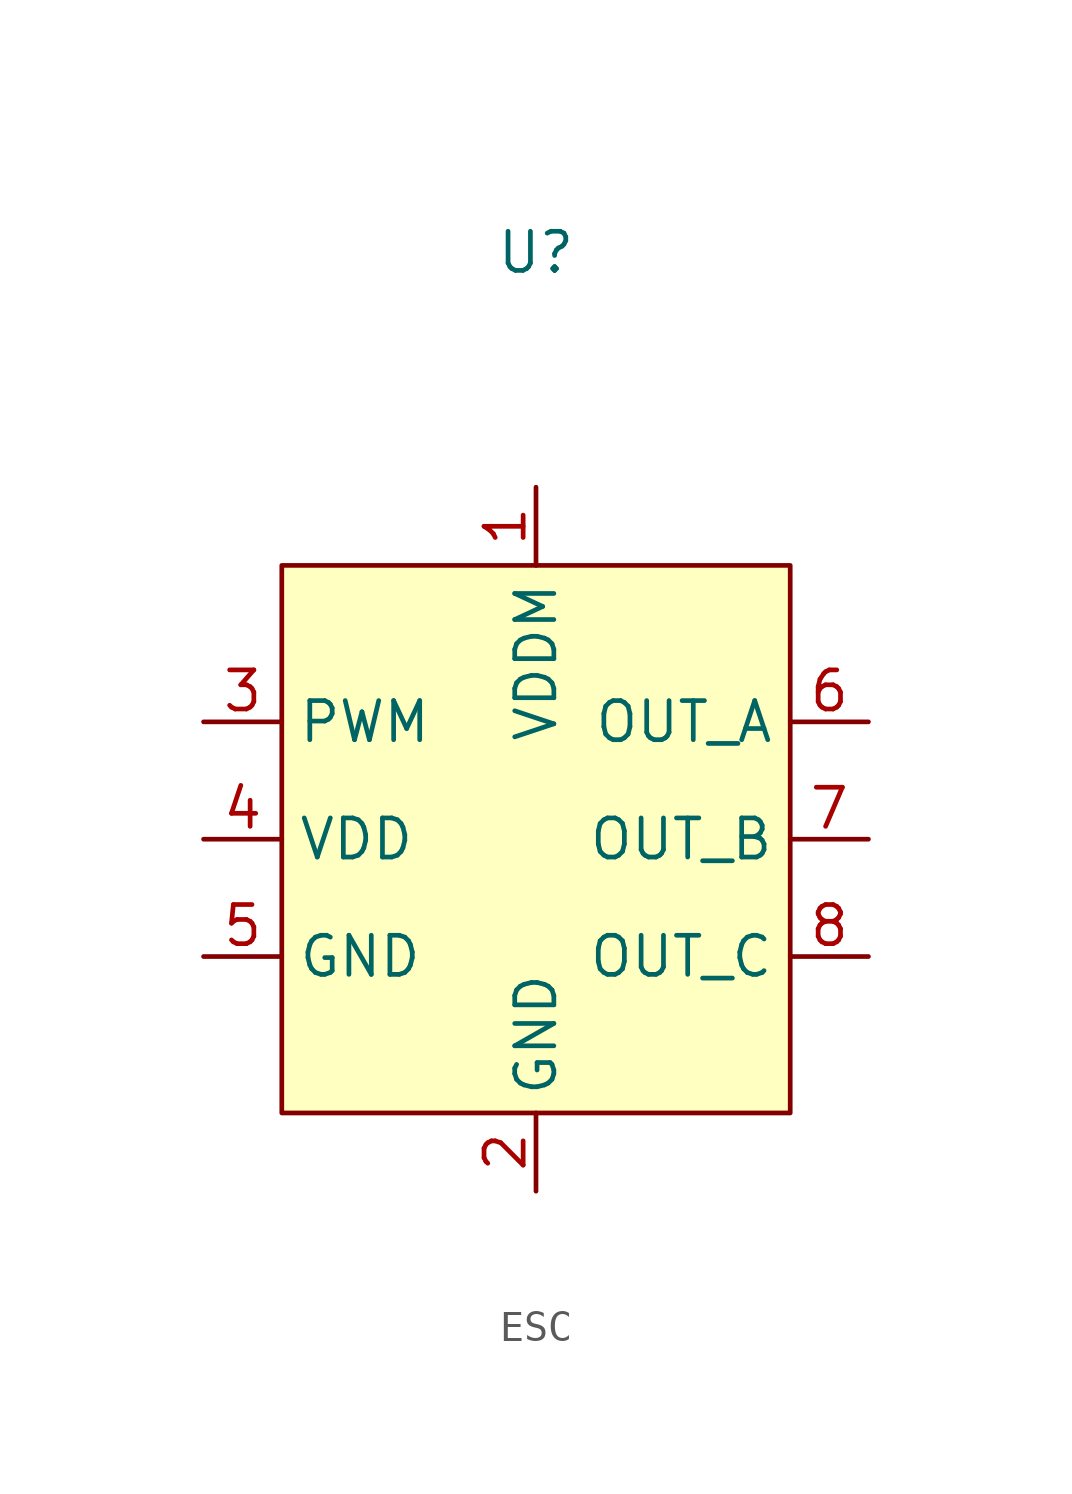
<source format=kicad_sym>
(kicad_symbol_lib
  (version 20220914)
  (generator kicad_symbol_editor)
  (symbol "ESC"
    (property "Reference" "U"
      (at 0 0 0)
      (effects (font (size 1.27 1.27))))
    (property "Value" ""
      (at 0 0 0)
      (effects (font (size 1.27 1.27))))
    (symbol "ESC_1_1"
      (rectangle (start -8.255 -10.16) (end 8.255 -27.94) (stroke (width 0) (type default)) (fill (type background)))
      (pin power_in line (at 0 -7.62 270) (length 2.54) (name "VDDM" (effects (font (size 1.27 1.27)))) (number "1" (effects (font (size 1.27 1.27)))))
      (pin power_in line (at 0 -30.48 90) (length 2.54) (name "GND" (effects (font (size 1.27 1.27)))) (number "2" (effects (font (size 1.27 1.27)))))
      (pin input line (at -10.795 -15.24 0) (length 2.54) (name "PWM" (effects (font (size 1.27 1.27)))) (number "3" (effects (font (size 1.27 1.27)))))
      (pin power_in line (at -10.795 -19.05 0) (length 2.54) (name "VDD" (effects (font (size 1.27 1.27)))) (number "4" (effects (font (size 1.27 1.27)))))
      (pin power_in line (at -10.795 -22.86 0) (length 2.54) (name "GND" (effects (font (size 1.27 1.27)))) (number "5" (effects (font (size 1.27 1.27)))))
      (pin output line (at 10.795 -15.24 180) (length 2.54) (name "OUT_A" (effects (font (size 1.27 1.27)))) (number "6" (effects (font (size 1.27 1.27)))))
      (pin output line (at 10.795 -19.05 180) (length 2.54) (name "OUT_B" (effects (font (size 1.27 1.27)))) (number "7" (effects (font (size 1.27 1.27)))))
      (pin output line (at 10.795 -22.86 180) (length 2.54) (name "OUT_C" (effects (font (size 1.27 1.27)))) (number "8" (effects (font (size 1.27 1.27))))))))
</source>
